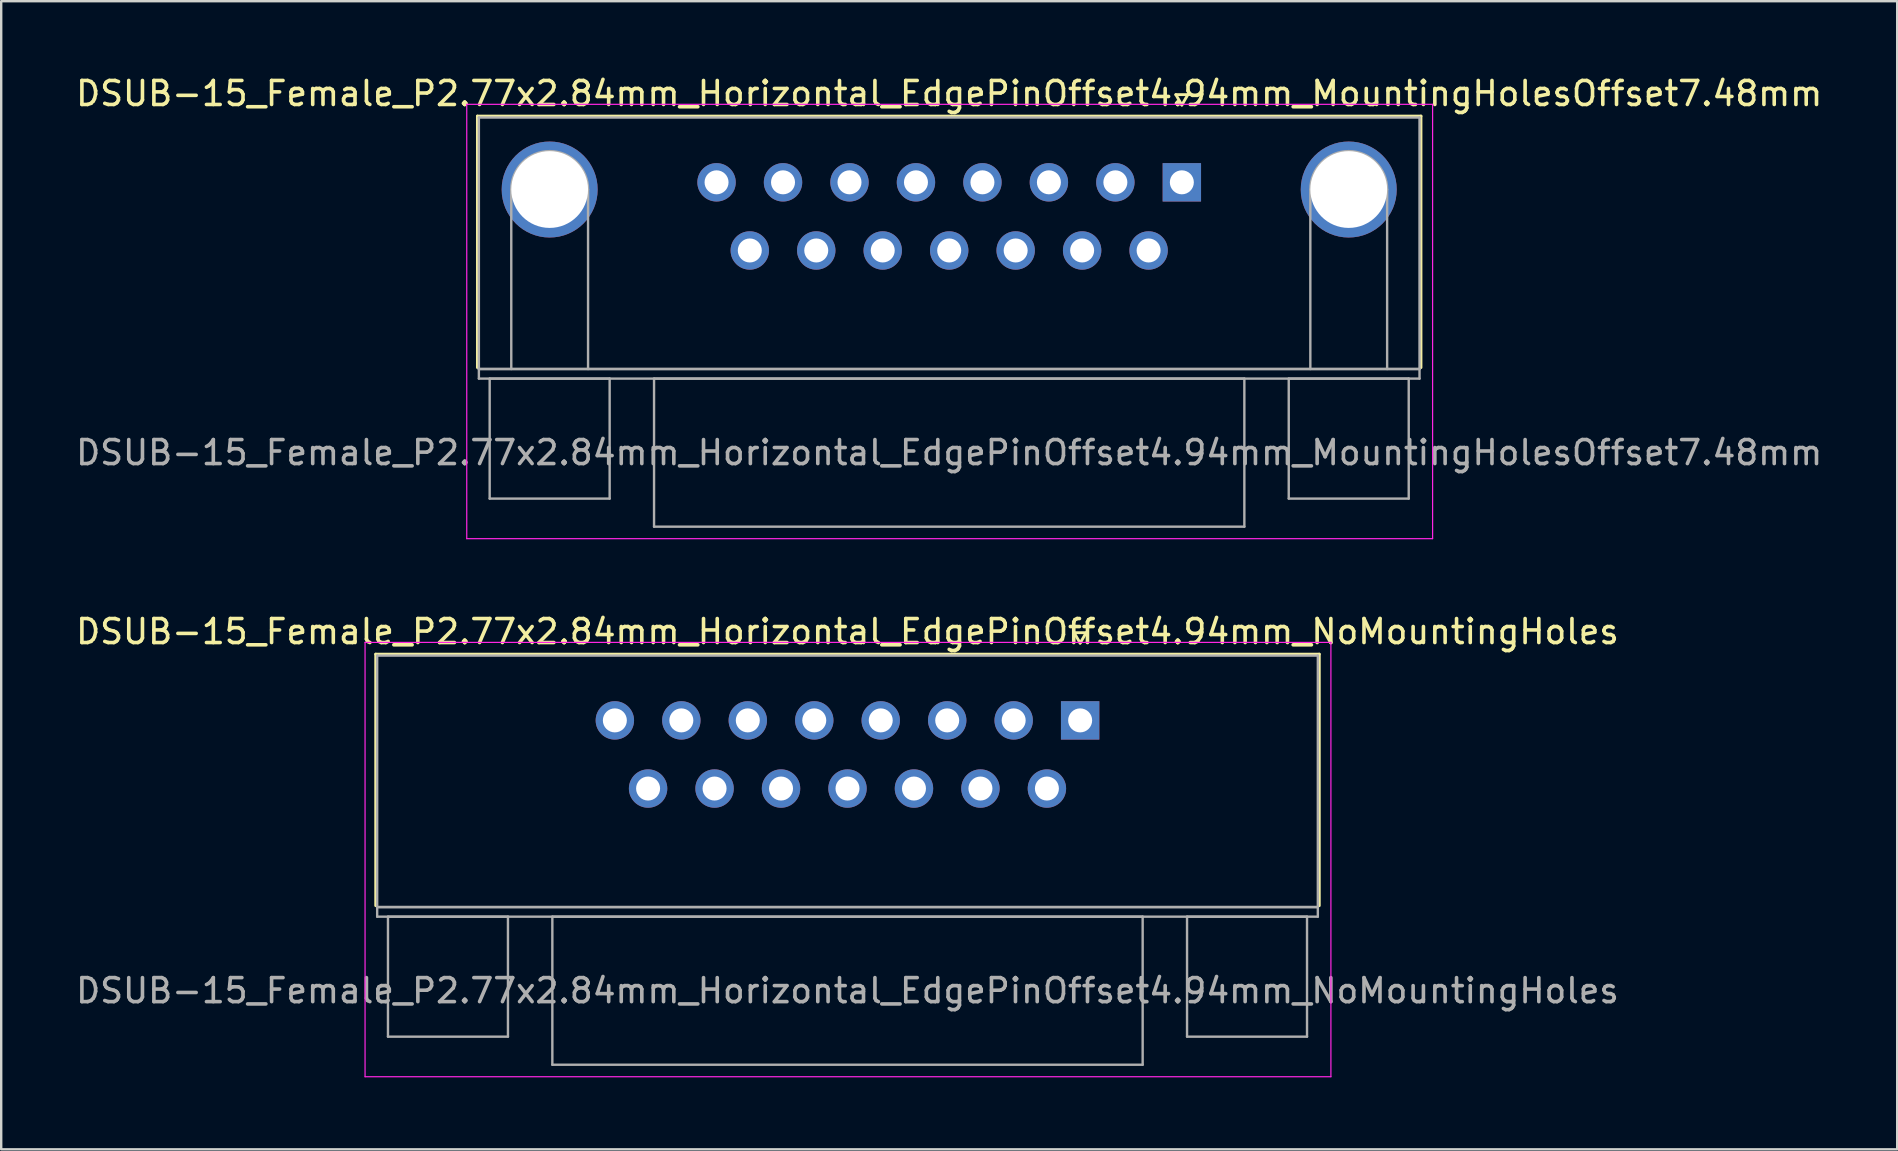
<source format=kicad_pcb>
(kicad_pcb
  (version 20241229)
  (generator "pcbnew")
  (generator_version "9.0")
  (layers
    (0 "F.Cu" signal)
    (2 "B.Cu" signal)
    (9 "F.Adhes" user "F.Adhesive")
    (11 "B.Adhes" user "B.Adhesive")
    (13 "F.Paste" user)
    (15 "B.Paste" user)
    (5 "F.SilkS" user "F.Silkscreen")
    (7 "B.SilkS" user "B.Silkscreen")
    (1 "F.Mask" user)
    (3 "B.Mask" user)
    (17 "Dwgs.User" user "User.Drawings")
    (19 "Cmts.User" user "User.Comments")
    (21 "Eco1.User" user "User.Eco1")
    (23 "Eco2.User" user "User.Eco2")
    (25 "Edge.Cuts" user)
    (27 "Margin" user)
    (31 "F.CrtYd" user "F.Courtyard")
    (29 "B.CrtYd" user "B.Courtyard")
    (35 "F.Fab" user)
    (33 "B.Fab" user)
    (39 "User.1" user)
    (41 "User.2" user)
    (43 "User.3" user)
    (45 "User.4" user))
  (footprint "DSUB-15_Female_P2.77x2.84mm_Horizontal_EdgePinOffset4.94mm_MountingHolesOffset7.48mm"
    (layer "F.Cu")
    (at 46.201 4.548)
    (property "Reference" "DSUB-15_Female_P2.77x2.84mm_Horizontal_EdgePinOffset4.94mm_MountingHolesOffset7.48mm" (at -9.695 -3.7 0) (layer "F.SilkS") (effects (font (size 1 1) (thickness 0.15))))
    (attr through_hole)
    (fp_line (start -29.355 -2.76) (end 9.965 -2.76) (stroke (width 0.12) (type solid)) (layer "F.SilkS"))
    (fp_line (start -29.355 7.72) (end -29.355 -2.76) (stroke (width 0.12) (type solid)) (layer "F.SilkS"))
    (fp_line (start -0.25 -3.654) (end 0.25 -3.654) (stroke (width 0.12) (type solid)) (layer "F.SilkS"))
    (fp_line (start 0 -3.221) (end -0.25 -3.654) (stroke (width 0.12) (type solid)) (layer "F.SilkS"))
    (fp_line (start 0.25 -3.654) (end 0 -3.221) (stroke (width 0.12) (type solid)) (layer "F.SilkS"))
    (fp_line (start 9.965 -2.76) (end 9.965 7.72) (stroke (width 0.12) (type solid)) (layer "F.SilkS"))
    (fp_line (start -29.8 -3.25) (end -29.8 14.85) (stroke (width 0.05) (type solid)) (layer "F.CrtYd"))
    (fp_line (start -29.8 14.85) (end 10.45 14.85) (stroke (width 0.05) (type solid)) (layer "F.CrtYd"))
    (fp_line (start 10.45 -3.25) (end -29.8 -3.25) (stroke (width 0.05) (type solid)) (layer "F.CrtYd"))
    (fp_line (start 10.45 14.85) (end 10.45 -3.25) (stroke (width 0.05) (type solid)) (layer "F.CrtYd"))
    (fp_line (start -29.295 -2.7) (end -29.295 7.78) (stroke (width 0.1) (type solid)) (layer "F.Fab"))
    (fp_line (start -29.295 7.78) (end -29.295 8.18) (stroke (width 0.1) (type solid)) (layer "F.Fab"))
    (fp_line (start -29.295 7.78) (end 9.905 7.78) (stroke (width 0.1) (type solid)) (layer "F.Fab"))
    (fp_line (start -29.295 8.18) (end 9.905 8.18) (stroke (width 0.1) (type solid)) (layer "F.Fab"))
    (fp_line (start -28.845 8.18) (end -28.845 13.18) (stroke (width 0.1) (type solid)) (layer "F.Fab"))
    (fp_line (start -28.845 13.18) (end -23.845 13.18) (stroke (width 0.1) (type solid)) (layer "F.Fab"))
    (fp_line (start -27.945 7.78) (end -27.945 0.3) (stroke (width 0.1) (type solid)) (layer "F.Fab"))
    (fp_line (start -24.745 7.78) (end -24.745 0.3) (stroke (width 0.1) (type solid)) (layer "F.Fab"))
    (fp_line (start -23.845 8.18) (end -28.845 8.18) (stroke (width 0.1) (type solid)) (layer "F.Fab"))
    (fp_line (start -23.845 13.18) (end -23.845 8.18) (stroke (width 0.1) (type solid)) (layer "F.Fab"))
    (fp_line (start -21.995 8.18) (end -21.995 14.35) (stroke (width 0.1) (type solid)) (layer "F.Fab"))
    (fp_line (start -21.995 14.35) (end 2.605 14.35) (stroke (width 0.1) (type solid)) (layer "F.Fab"))
    (fp_line (start 2.605 8.18) (end -21.995 8.18) (stroke (width 0.1) (type solid)) (layer "F.Fab"))
    (fp_line (start 2.605 14.35) (end 2.605 8.18) (stroke (width 0.1) (type solid)) (layer "F.Fab"))
    (fp_line (start 4.455 8.18) (end 4.455 13.18) (stroke (width 0.1) (type solid)) (layer "F.Fab"))
    (fp_line (start 4.455 13.18) (end 9.455 13.18) (stroke (width 0.1) (type solid)) (layer "F.Fab"))
    (fp_line (start 5.355 7.78) (end 5.355 0.3) (stroke (width 0.1) (type solid)) (layer "F.Fab"))
    (fp_line (start 8.555 7.78) (end 8.555 0.3) (stroke (width 0.1) (type solid)) (layer "F.Fab"))
    (fp_line (start 9.455 8.18) (end 4.455 8.18) (stroke (width 0.1) (type solid)) (layer "F.Fab"))
    (fp_line (start 9.455 13.18) (end 9.455 8.18) (stroke (width 0.1) (type solid)) (layer "F.Fab"))
    (fp_line (start 9.905 -2.7) (end -29.295 -2.7) (stroke (width 0.1) (type solid)) (layer "F.Fab"))
    (fp_line (start 9.905 7.78) (end -29.295 7.78) (stroke (width 0.1) (type solid)) (layer "F.Fab"))
    (fp_line (start 9.905 7.78) (end 9.905 -2.7) (stroke (width 0.1) (type solid)) (layer "F.Fab"))
    (fp_line (start 9.905 8.18) (end 9.905 7.78) (stroke (width 0.1) (type solid)) (layer "F.Fab"))
    (fp_arc (start -27.945 0.3) (mid -26.345 -1.3) (end -24.745 0.3) (stroke (width 0.1) (type solid)) (layer "F.Fab"))
    (fp_arc (start 5.355 0.3) (mid 6.955 -1.3) (end 8.555 0.3) (stroke (width 0.1) (type solid)) (layer "F.Fab"))
    (fp_text user "${REFERENCE}" (at -9.695 11.265 0) (layer "F.Fab") (effects (font (size 1 1) (thickness 0.15))))
    (pad "0" thru_hole circle (at -26.345 0.3) (size 4 4) (drill 3.2) (layers "*.Cu" "*.Mask"))
    (pad "0" thru_hole circle (at 6.955 0.3) (size 4 4) (drill 3.2) (layers "*.Cu" "*.Mask"))
    (pad "1" thru_hole rect (at 0 0) (size 1.6 1.6) (drill 1) (layers "*.Cu" "*.Mask"))
    (pad "2" thru_hole circle (at -2.77 0) (size 1.6 1.6) (drill 1) (layers "*.Cu" "*.Mask"))
    (pad "3" thru_hole circle (at -5.54 0) (size 1.6 1.6) (drill 1) (layers "*.Cu" "*.Mask"))
    (pad "4" thru_hole circle (at -8.31 0) (size 1.6 1.6) (drill 1) (layers "*.Cu" "*.Mask"))
    (pad "5" thru_hole circle (at -11.08 0) (size 1.6 1.6) (drill 1) (layers "*.Cu" "*.Mask"))
    (pad "6" thru_hole circle (at -13.85 0) (size 1.6 1.6) (drill 1) (layers "*.Cu" "*.Mask"))
    (pad "7" thru_hole circle (at -16.62 0) (size 1.6 1.6) (drill 1) (layers "*.Cu" "*.Mask"))
    (pad "8" thru_hole circle (at -19.39 0) (size 1.6 1.6) (drill 1) (layers "*.Cu" "*.Mask"))
    (pad "9" thru_hole circle (at -1.385 2.84) (size 1.6 1.6) (drill 1) (layers "*.Cu" "*.Mask"))
    (pad "10" thru_hole circle (at -4.155 2.84) (size 1.6 1.6) (drill 1) (layers "*.Cu" "*.Mask"))
    (pad "11" thru_hole circle (at -6.925 2.84) (size 1.6 1.6) (drill 1) (layers "*.Cu" "*.Mask"))
    (pad "12" thru_hole circle (at -9.695 2.84) (size 1.6 1.6) (drill 1) (layers "*.Cu" "*.Mask"))
    (pad "13" thru_hole circle (at -12.465 2.84) (size 1.6 1.6) (drill 1) (layers "*.Cu" "*.Mask"))
    (pad "14" thru_hole circle (at -15.235 2.84) (size 1.6 1.6) (drill 1) (layers "*.Cu" "*.Mask"))
    (pad "15" thru_hole circle (at -18.005 2.84) (size 1.6 1.6) (drill 1) (layers "*.Cu" "*.Mask")))
  (footprint "DSUB-15_Female_P2.77x2.84mm_Horizontal_EdgePinOffset4.94mm_NoMountingHoles"
    (layer "F.Cu")
    (at 41.963 26.971)
    (property "Reference" "DSUB-15_Female_P2.77x2.84mm_Horizontal_EdgePinOffset4.94mm_NoMountingHoles" (at -9.695 -3.7 0) (layer "F.SilkS") (effects (font (size 1 1) (thickness 0.15))))
    (attr through_hole)
    (fp_line (start -29.355 -2.76) (end 9.965 -2.76) (stroke (width 0.12) (type solid)) (layer "F.SilkS"))
    (fp_line (start -29.355 7.72) (end -29.355 -2.76) (stroke (width 0.12) (type solid)) (layer "F.SilkS"))
    (fp_line (start -0.25 -3.654) (end 0.25 -3.654) (stroke (width 0.12) (type solid)) (layer "F.SilkS"))
    (fp_line (start 0 -3.221) (end -0.25 -3.654) (stroke (width 0.12) (type solid)) (layer "F.SilkS"))
    (fp_line (start 0.25 -3.654) (end 0 -3.221) (stroke (width 0.12) (type solid)) (layer "F.SilkS"))
    (fp_line (start 9.965 -2.76) (end 9.965 7.72) (stroke (width 0.12) (type solid)) (layer "F.SilkS"))
    (fp_line (start -29.8 -3.25) (end -29.8 14.85) (stroke (width 0.05) (type solid)) (layer "F.CrtYd"))
    (fp_line (start -29.8 14.85) (end 10.45 14.85) (stroke (width 0.05) (type solid)) (layer "F.CrtYd"))
    (fp_line (start 10.45 -3.25) (end -29.8 -3.25) (stroke (width 0.05) (type solid)) (layer "F.CrtYd"))
    (fp_line (start 10.45 14.85) (end 10.45 -3.25) (stroke (width 0.05) (type solid)) (layer "F.CrtYd"))
    (fp_line (start -29.295 -2.7) (end -29.295 7.78) (stroke (width 0.1) (type solid)) (layer "F.Fab"))
    (fp_line (start -29.295 7.78) (end -29.295 8.18) (stroke (width 0.1) (type solid)) (layer "F.Fab"))
    (fp_line (start -29.295 7.78) (end 9.905 7.78) (stroke (width 0.1) (type solid)) (layer "F.Fab"))
    (fp_line (start -29.295 8.18) (end 9.905 8.18) (stroke (width 0.1) (type solid)) (layer "F.Fab"))
    (fp_line (start -28.845 8.18) (end -28.845 13.18) (stroke (width 0.1) (type solid)) (layer "F.Fab"))
    (fp_line (start -28.845 13.18) (end -23.845 13.18) (stroke (width 0.1) (type solid)) (layer "F.Fab"))
    (fp_line (start -23.845 8.18) (end -28.845 8.18) (stroke (width 0.1) (type solid)) (layer "F.Fab"))
    (fp_line (start -23.845 13.18) (end -23.845 8.18) (stroke (width 0.1) (type solid)) (layer "F.Fab"))
    (fp_line (start -21.995 8.18) (end -21.995 14.35) (stroke (width 0.1) (type solid)) (layer "F.Fab"))
    (fp_line (start -21.995 14.35) (end 2.605 14.35) (stroke (width 0.1) (type solid)) (layer "F.Fab"))
    (fp_line (start 2.605 8.18) (end -21.995 8.18) (stroke (width 0.1) (type solid)) (layer "F.Fab"))
    (fp_line (start 2.605 14.35) (end 2.605 8.18) (stroke (width 0.1) (type solid)) (layer "F.Fab"))
    (fp_line (start 4.455 8.18) (end 4.455 13.18) (stroke (width 0.1) (type solid)) (layer "F.Fab"))
    (fp_line (start 4.455 13.18) (end 9.455 13.18) (stroke (width 0.1) (type solid)) (layer "F.Fab"))
    (fp_line (start 9.455 8.18) (end 4.455 8.18) (stroke (width 0.1) (type solid)) (layer "F.Fab"))
    (fp_line (start 9.455 13.18) (end 9.455 8.18) (stroke (width 0.1) (type solid)) (layer "F.Fab"))
    (fp_line (start 9.905 -2.7) (end -29.295 -2.7) (stroke (width 0.1) (type solid)) (layer "F.Fab"))
    (fp_line (start 9.905 7.78) (end -29.295 7.78) (stroke (width 0.1) (type solid)) (layer "F.Fab"))
    (fp_line (start 9.905 7.78) (end 9.905 -2.7) (stroke (width 0.1) (type solid)) (layer "F.Fab"))
    (fp_line (start 9.905 8.18) (end 9.905 7.78) (stroke (width 0.1) (type solid)) (layer "F.Fab"))
    (fp_text user "${REFERENCE}" (at -9.695 11.265 0) (layer "F.Fab") (effects (font (size 1 1) (thickness 0.15))))
    (pad "1" thru_hole rect (at 0 0) (size 1.6 1.6) (drill 1) (layers "*.Cu" "*.Mask"))
    (pad "2" thru_hole circle (at -2.77 0) (size 1.6 1.6) (drill 1) (layers "*.Cu" "*.Mask"))
    (pad "3" thru_hole circle (at -5.54 0) (size 1.6 1.6) (drill 1) (layers "*.Cu" "*.Mask"))
    (pad "4" thru_hole circle (at -8.31 0) (size 1.6 1.6) (drill 1) (layers "*.Cu" "*.Mask"))
    (pad "5" thru_hole circle (at -11.08 0) (size 1.6 1.6) (drill 1) (layers "*.Cu" "*.Mask"))
    (pad "6" thru_hole circle (at -13.85 0) (size 1.6 1.6) (drill 1) (layers "*.Cu" "*.Mask"))
    (pad "7" thru_hole circle (at -16.62 0) (size 1.6 1.6) (drill 1) (layers "*.Cu" "*.Mask"))
    (pad "8" thru_hole circle (at -19.39 0) (size 1.6 1.6) (drill 1) (layers "*.Cu" "*.Mask"))
    (pad "9" thru_hole circle (at -1.385 2.84) (size 1.6 1.6) (drill 1) (layers "*.Cu" "*.Mask"))
    (pad "10" thru_hole circle (at -4.155 2.84) (size 1.6 1.6) (drill 1) (layers "*.Cu" "*.Mask"))
    (pad "11" thru_hole circle (at -6.925 2.84) (size 1.6 1.6) (drill 1) (layers "*.Cu" "*.Mask"))
    (pad "12" thru_hole circle (at -9.695 2.84) (size 1.6 1.6) (drill 1) (layers "*.Cu" "*.Mask"))
    (pad "13" thru_hole circle (at -12.465 2.84) (size 1.6 1.6) (drill 1) (layers "*.Cu" "*.Mask"))
    (pad "14" thru_hole circle (at -15.235 2.84) (size 1.6 1.6) (drill 1) (layers "*.Cu" "*.Mask"))
    (pad "15" thru_hole circle (at -18.005 2.84) (size 1.6 1.6) (drill 1) (layers "*.Cu" "*.Mask")))
  (gr_rect
    (start -3 -3)
    (end 76.012 44.846)
    (stroke (width 0.1) (type default))
    (fill no)
    (layer "Edge.Cuts")))
</source>
